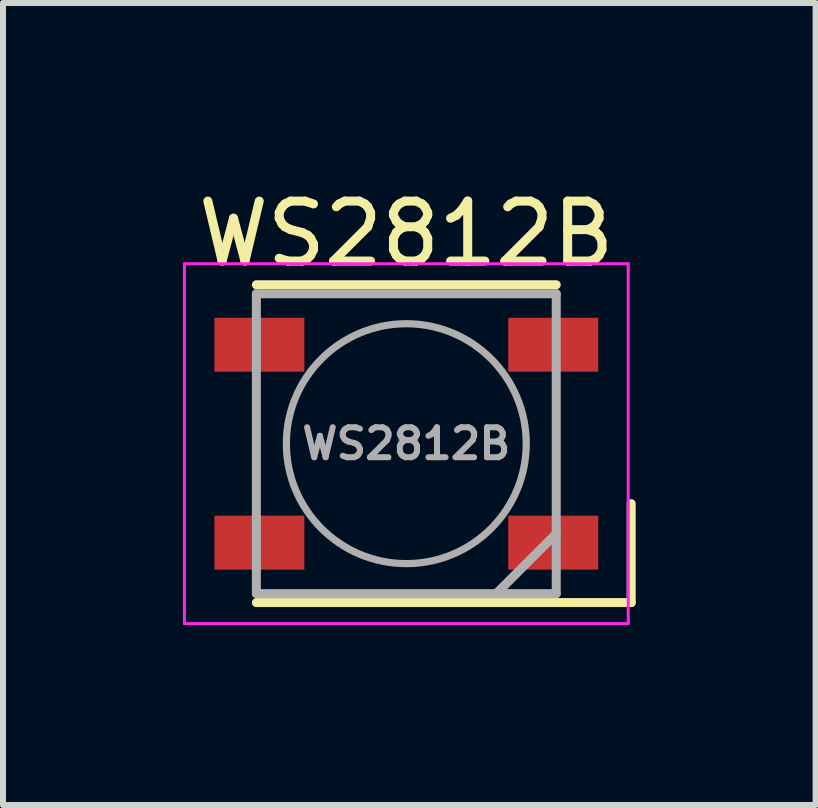
<source format=kicad_pcb>
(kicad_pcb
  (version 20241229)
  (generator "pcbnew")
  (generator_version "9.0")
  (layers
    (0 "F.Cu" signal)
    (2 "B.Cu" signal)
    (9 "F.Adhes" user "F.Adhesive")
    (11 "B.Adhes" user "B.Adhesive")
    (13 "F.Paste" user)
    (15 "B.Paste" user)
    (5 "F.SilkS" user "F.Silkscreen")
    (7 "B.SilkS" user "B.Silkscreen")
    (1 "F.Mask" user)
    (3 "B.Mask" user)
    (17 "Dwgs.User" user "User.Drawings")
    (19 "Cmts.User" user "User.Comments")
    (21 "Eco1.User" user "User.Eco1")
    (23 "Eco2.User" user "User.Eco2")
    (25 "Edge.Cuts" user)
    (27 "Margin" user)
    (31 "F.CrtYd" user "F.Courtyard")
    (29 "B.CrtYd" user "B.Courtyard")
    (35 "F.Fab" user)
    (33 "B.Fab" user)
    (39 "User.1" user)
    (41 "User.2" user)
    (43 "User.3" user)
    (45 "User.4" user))
  (footprint "WS2812B"
    (layer "F.Cu")
    (at 3.725 4.348)
    (property "Reference" "WS2812B" (at 0 -3.5 0) (layer "F.SilkS") (effects (font (size 1 1) (thickness 0.15))))
    (attr smd)
    (fp_line (start 2.5 -2.65) (end -2.5 -2.65) (stroke (width 0.15) (type solid)) (layer "F.SilkS"))
    (fp_line (start 3.75 2.65) (end -2.5 2.65) (stroke (width 0.15) (type solid)) (layer "F.SilkS"))
    (fp_line (start 3.75 2.65) (end 3.75 1) (stroke (width 0.15) (type solid)) (layer "F.SilkS"))
    (fp_line (start -3.7 -3) (end 3.7 -3) (stroke (width 0.05) (type solid)) (layer "F.CrtYd"))
    (fp_line (start -3.7 3) (end -3.7 -3) (stroke (width 0.05) (type solid)) (layer "F.CrtYd"))
    (fp_line (start -3.7 3) (end 3.7 3) (stroke (width 0.05) (type solid)) (layer "F.CrtYd"))
    (fp_line (start 3.7 3) (end 3.7 -3) (stroke (width 0.05) (type solid)) (layer "F.CrtYd"))
    (fp_line (start -2.5 2.5) (end -2.5 -2.5) (stroke (width 0.15) (type solid)) (layer "F.Fab"))
    (fp_line (start 1.5 2.5) (end 2.5 1.5) (stroke (width 0.15) (type solid)) (layer "F.Fab"))
    (fp_line (start 2.5 -2.5) (end -2.5 -2.5) (stroke (width 0.15) (type solid)) (layer "F.Fab"))
    (fp_line (start 2.5 -2.5) (end 2.5 2.5) (stroke (width 0.15) (type solid)) (layer "F.Fab"))
    (fp_line (start 2.5 2.5) (end -2.5 2.5) (stroke (width 0.15) (type solid)) (layer "F.Fab"))
    (fp_circle (center 0 0) (end 2 0) (stroke (width 0.12) (type solid)) (fill no) (layer "F.Fab"))
    (fp_text user "${REFERENCE}" (at 0 0 0) (layer "F.Fab") (effects (font (size 0.5 0.5) (thickness 0.1))))
    (pad "1" smd rect (at -2.45 -1.65) (size 1.5 0.9) (layers "F.Cu" "F.Mask" "F.Paste"))
    (pad "2" smd rect (at -2.45 1.65) (size 1.5 0.9) (layers "F.Cu" "F.Mask" "F.Paste"))
    (pad "3" smd rect (at 2.45 1.65) (size 1.5 0.9) (layers "F.Cu" "F.Mask" "F.Paste"))
    (pad "4" smd rect (at 2.45 -1.65) (size 1.5 0.9) (layers "F.Cu" "F.Mask" "F.Paste")))
  (gr_rect
    (start -3 -3)
    (end 10.55 10.373)
    (stroke (width 0.1) (type default))
    (fill no)
    (layer "Edge.Cuts")))
</source>
